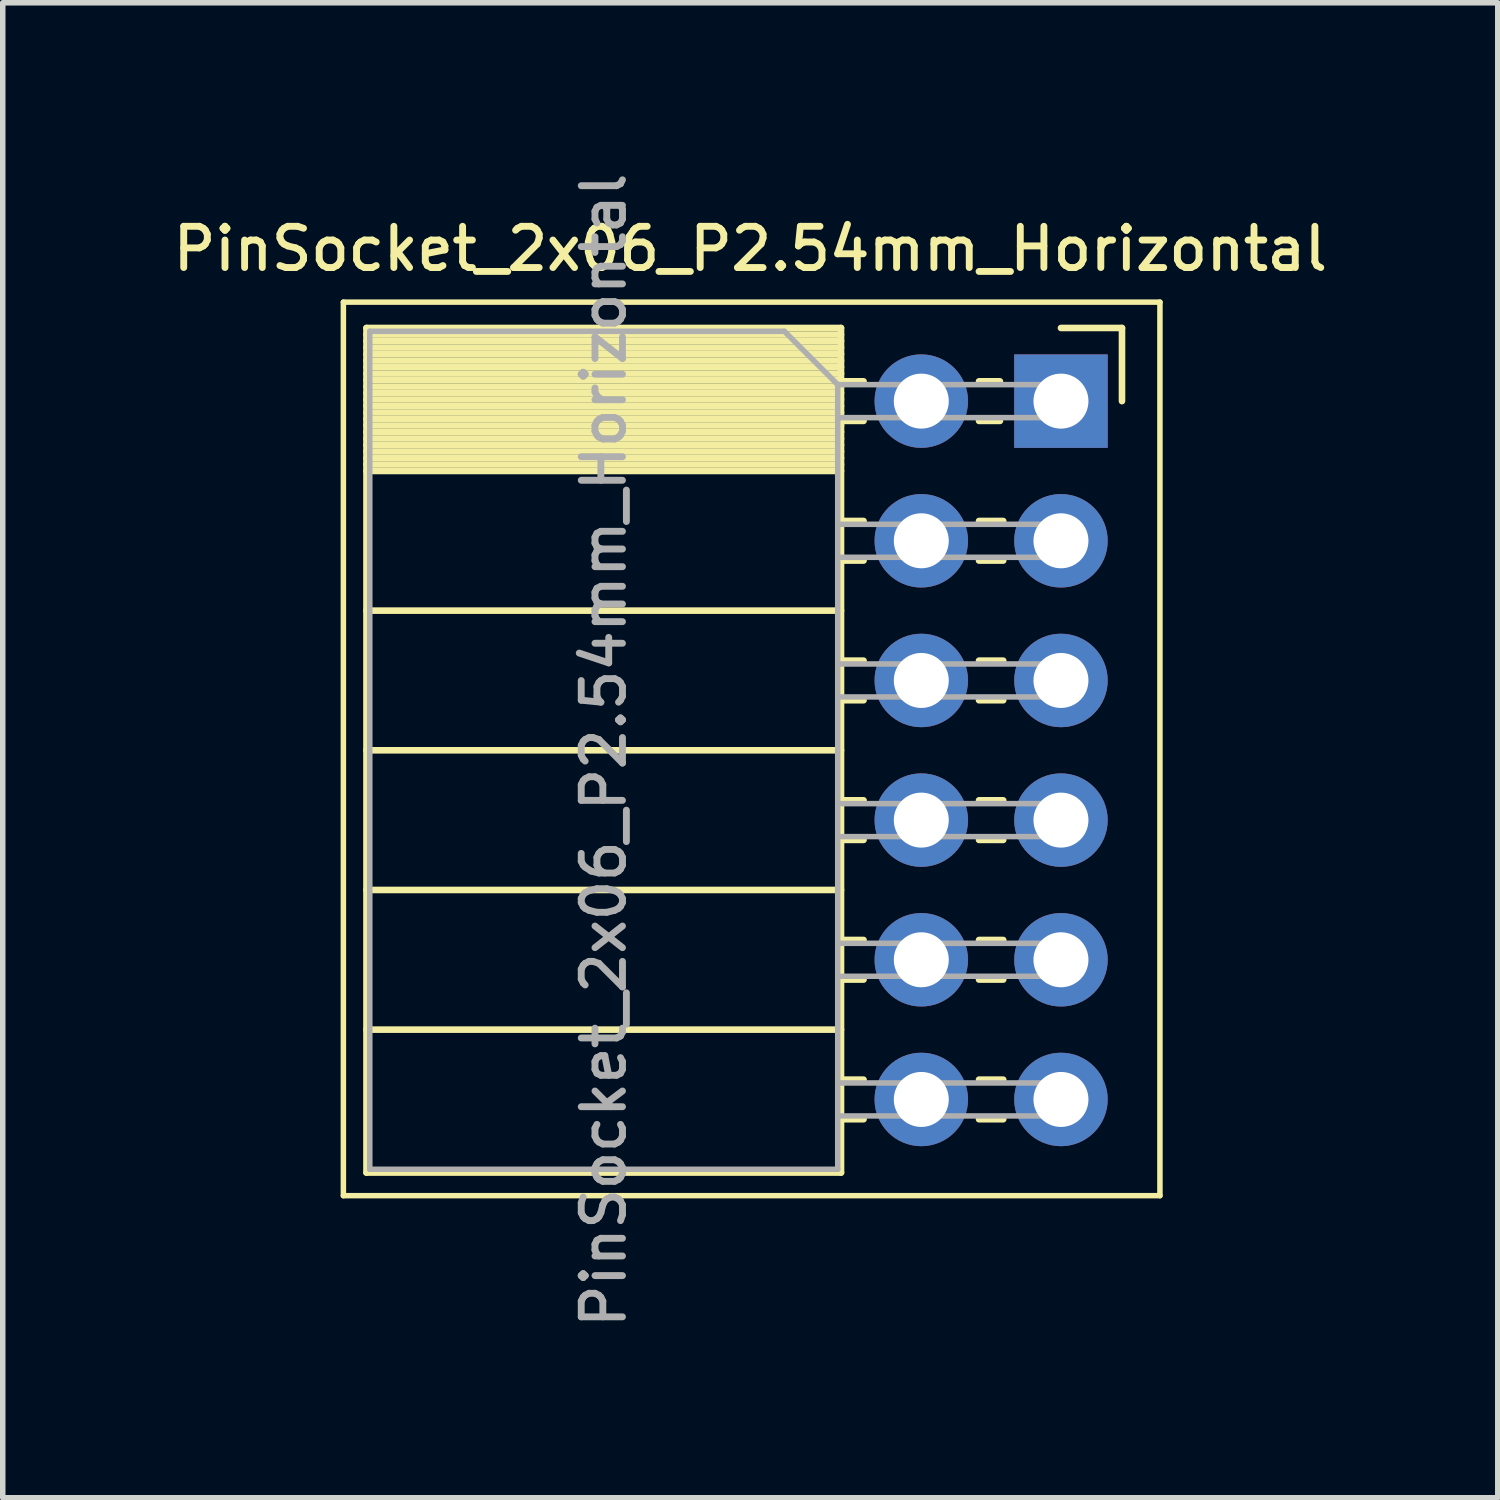
<source format=kicad_pcb>
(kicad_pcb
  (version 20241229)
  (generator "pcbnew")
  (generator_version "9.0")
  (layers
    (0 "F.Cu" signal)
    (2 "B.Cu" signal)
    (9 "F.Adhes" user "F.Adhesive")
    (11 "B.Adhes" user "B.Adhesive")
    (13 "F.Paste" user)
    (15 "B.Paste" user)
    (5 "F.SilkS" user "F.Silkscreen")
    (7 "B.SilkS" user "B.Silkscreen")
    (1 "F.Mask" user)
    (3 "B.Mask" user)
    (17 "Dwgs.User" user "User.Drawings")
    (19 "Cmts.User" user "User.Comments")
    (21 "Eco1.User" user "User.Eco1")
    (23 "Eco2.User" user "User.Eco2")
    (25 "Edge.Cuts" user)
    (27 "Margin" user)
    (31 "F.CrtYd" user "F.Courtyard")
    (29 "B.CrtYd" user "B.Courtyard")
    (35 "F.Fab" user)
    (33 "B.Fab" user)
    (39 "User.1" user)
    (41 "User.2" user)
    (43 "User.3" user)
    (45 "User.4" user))
  (footprint "PinSocket_2x06_P2.54mm_Horizontal"
    (layer "F.Cu")
    (at 16.245 4.245)
    (property "Reference" "PinSocket_2x06_P2.54mm_Horizontal" (at -5.65 -2.77 0) (layer "F.SilkS") (effects (font (size 0.75 0.75) (thickness 0.125))))
    (attr through_hole)
    (fp_line (start -13.05 -1.8) (end -13.05 14.45) (stroke (width 0.1) (type solid)) (layer "F.SilkS"))
    (fp_line (start -13.05 14.45) (end 1.8 14.45) (stroke (width 0.1) (type solid)) (layer "F.SilkS"))
    (fp_line (start -12.63 -1.33) (end -12.63 14.03) (stroke (width 0.12) (type solid)) (layer "F.SilkS"))
    (fp_line (start -12.63 -1.33) (end -4 -1.33) (stroke (width 0.12) (type solid)) (layer "F.SilkS"))
    (fp_line (start -12.63 -1.21) (end -4 -1.21) (stroke (width 0.12) (type solid)) (layer "F.SilkS"))
    (fp_line (start -12.63 -1.092) (end -4 -1.092) (stroke (width 0.12) (type solid)) (layer "F.SilkS"))
    (fp_line (start -12.63 -0.974) (end -4 -0.974) (stroke (width 0.12) (type solid)) (layer "F.SilkS"))
    (fp_line (start -12.63 -0.856) (end -4 -0.856) (stroke (width 0.12) (type solid)) (layer "F.SilkS"))
    (fp_line (start -12.63 -0.738) (end -4 -0.738) (stroke (width 0.12) (type solid)) (layer "F.SilkS"))
    (fp_line (start -12.63 -0.62) (end -4 -0.62) (stroke (width 0.12) (type solid)) (layer "F.SilkS"))
    (fp_line (start -12.63 -0.501) (end -4 -0.501) (stroke (width 0.12) (type solid)) (layer "F.SilkS"))
    (fp_line (start -12.63 -0.383) (end -4 -0.383) (stroke (width 0.12) (type solid)) (layer "F.SilkS"))
    (fp_line (start -12.63 -0.265) (end -4 -0.265) (stroke (width 0.12) (type solid)) (layer "F.SilkS"))
    (fp_line (start -12.63 -0.147) (end -4 -0.147) (stroke (width 0.12) (type solid)) (layer "F.SilkS"))
    (fp_line (start -12.63 -0.029) (end -4 -0.029) (stroke (width 0.12) (type solid)) (layer "F.SilkS"))
    (fp_line (start -12.63 0.089) (end -4 0.089) (stroke (width 0.12) (type solid)) (layer "F.SilkS"))
    (fp_line (start -12.63 0.207) (end -4 0.207) (stroke (width 0.12) (type solid)) (layer "F.SilkS"))
    (fp_line (start -12.63 0.325) (end -4 0.325) (stroke (width 0.12) (type solid)) (layer "F.SilkS"))
    (fp_line (start -12.63 0.443) (end -4 0.443) (stroke (width 0.12) (type solid)) (layer "F.SilkS"))
    (fp_line (start -12.63 0.561) (end -4 0.561) (stroke (width 0.12) (type solid)) (layer "F.SilkS"))
    (fp_line (start -12.63 0.68) (end -4 0.68) (stroke (width 0.12) (type solid)) (layer "F.SilkS"))
    (fp_line (start -12.63 0.798) (end -4 0.798) (stroke (width 0.12) (type solid)) (layer "F.SilkS"))
    (fp_line (start -12.63 0.916) (end -4 0.916) (stroke (width 0.12) (type solid)) (layer "F.SilkS"))
    (fp_line (start -12.63 1.034) (end -4 1.034) (stroke (width 0.12) (type solid)) (layer "F.SilkS"))
    (fp_line (start -12.63 1.152) (end -4 1.152) (stroke (width 0.12) (type solid)) (layer "F.SilkS"))
    (fp_line (start -12.63 1.27) (end -4 1.27) (stroke (width 0.12) (type solid)) (layer "F.SilkS"))
    (fp_line (start -12.63 3.81) (end -4 3.81) (stroke (width 0.12) (type solid)) (layer "F.SilkS"))
    (fp_line (start -12.63 6.35) (end -4 6.35) (stroke (width 0.12) (type solid)) (layer "F.SilkS"))
    (fp_line (start -12.63 8.89) (end -4 8.89) (stroke (width 0.12) (type solid)) (layer "F.SilkS"))
    (fp_line (start -12.63 11.43) (end -4 11.43) (stroke (width 0.12) (type solid)) (layer "F.SilkS"))
    (fp_line (start -12.63 14.03) (end -4 14.03) (stroke (width 0.12) (type solid)) (layer "F.SilkS"))
    (fp_line (start -4 -1.33) (end -4 14.03) (stroke (width 0.12) (type solid)) (layer "F.SilkS"))
    (fp_line (start -4 -0.36) (end -3.59 -0.36) (stroke (width 0.12) (type solid)) (layer "F.SilkS"))
    (fp_line (start -4 0.36) (end -3.59 0.36) (stroke (width 0.12) (type solid)) (layer "F.SilkS"))
    (fp_line (start -4 2.18) (end -3.59 2.18) (stroke (width 0.12) (type solid)) (layer "F.SilkS"))
    (fp_line (start -4 2.9) (end -3.59 2.9) (stroke (width 0.12) (type solid)) (layer "F.SilkS"))
    (fp_line (start -4 4.72) (end -3.59 4.72) (stroke (width 0.12) (type solid)) (layer "F.SilkS"))
    (fp_line (start -4 5.44) (end -3.59 5.44) (stroke (width 0.12) (type solid)) (layer "F.SilkS"))
    (fp_line (start -4 7.26) (end -3.59 7.26) (stroke (width 0.12) (type solid)) (layer "F.SilkS"))
    (fp_line (start -4 7.98) (end -3.59 7.98) (stroke (width 0.12) (type solid)) (layer "F.SilkS"))
    (fp_line (start -4 9.8) (end -3.59 9.8) (stroke (width 0.12) (type solid)) (layer "F.SilkS"))
    (fp_line (start -4 10.52) (end -3.59 10.52) (stroke (width 0.12) (type solid)) (layer "F.SilkS"))
    (fp_line (start -4 12.34) (end -3.59 12.34) (stroke (width 0.12) (type solid)) (layer "F.SilkS"))
    (fp_line (start -4 13.06) (end -3.59 13.06) (stroke (width 0.12) (type solid)) (layer "F.SilkS"))
    (fp_line (start -1.49 -0.36) (end -1.11 -0.36) (stroke (width 0.12) (type solid)) (layer "F.SilkS"))
    (fp_line (start -1.49 0.36) (end -1.11 0.36) (stroke (width 0.12) (type solid)) (layer "F.SilkS"))
    (fp_line (start -1.49 2.18) (end -1.05 2.18) (stroke (width 0.12) (type solid)) (layer "F.SilkS"))
    (fp_line (start -1.49 2.9) (end -1.05 2.9) (stroke (width 0.12) (type solid)) (layer "F.SilkS"))
    (fp_line (start -1.49 4.72) (end -1.05 4.72) (stroke (width 0.12) (type solid)) (layer "F.SilkS"))
    (fp_line (start -1.49 5.44) (end -1.05 5.44) (stroke (width 0.12) (type solid)) (layer "F.SilkS"))
    (fp_line (start -1.49 7.26) (end -1.05 7.26) (stroke (width 0.12) (type solid)) (layer "F.SilkS"))
    (fp_line (start -1.49 7.98) (end -1.05 7.98) (stroke (width 0.12) (type solid)) (layer "F.SilkS"))
    (fp_line (start -1.49 9.8) (end -1.05 9.8) (stroke (width 0.12) (type solid)) (layer "F.SilkS"))
    (fp_line (start -1.49 10.52) (end -1.05 10.52) (stroke (width 0.12) (type solid)) (layer "F.SilkS"))
    (fp_line (start -1.49 12.34) (end -1.05 12.34) (stroke (width 0.12) (type solid)) (layer "F.SilkS"))
    (fp_line (start -1.49 13.06) (end -1.05 13.06) (stroke (width 0.12) (type solid)) (layer "F.SilkS"))
    (fp_line (start 0 -1.33) (end 1.11 -1.33) (stroke (width 0.12) (type solid)) (layer "F.SilkS"))
    (fp_line (start 1.11 -1.33) (end 1.11 0) (stroke (width 0.12) (type solid)) (layer "F.SilkS"))
    (fp_line (start 1.8 -1.8) (end -13.05 -1.8) (stroke (width 0.1) (type solid)) (layer "F.SilkS"))
    (fp_line (start 1.8 14.45) (end 1.8 -1.8) (stroke (width 0.1) (type solid)) (layer "F.SilkS"))
    (fp_line (start -12.57 -1.27) (end -5.03 -1.27) (stroke (width 0.1) (type solid)) (layer "F.Fab"))
    (fp_line (start -12.57 13.97) (end -12.57 -1.27) (stroke (width 0.1) (type solid)) (layer "F.Fab"))
    (fp_line (start -5.03 -1.27) (end -4.06 -0.3) (stroke (width 0.1) (type solid)) (layer "F.Fab"))
    (fp_line (start -4.06 -0.3) (end -4.06 13.97) (stroke (width 0.1) (type solid)) (layer "F.Fab"))
    (fp_line (start -4.06 0.3) (end 0 0.3) (stroke (width 0.1) (type solid)) (layer "F.Fab"))
    (fp_line (start -4.06 2.84) (end 0 2.84) (stroke (width 0.1) (type solid)) (layer "F.Fab"))
    (fp_line (start -4.06 5.38) (end 0 5.38) (stroke (width 0.1) (type solid)) (layer "F.Fab"))
    (fp_line (start -4.06 7.92) (end 0 7.92) (stroke (width 0.1) (type solid)) (layer "F.Fab"))
    (fp_line (start -4.06 10.46) (end 0 10.46) (stroke (width 0.1) (type solid)) (layer "F.Fab"))
    (fp_line (start -4.06 13) (end 0 13) (stroke (width 0.1) (type solid)) (layer "F.Fab"))
    (fp_line (start -4.06 13.97) (end -12.57 13.97) (stroke (width 0.1) (type solid)) (layer "F.Fab"))
    (fp_line (start 0 -0.3) (end -4.06 -0.3) (stroke (width 0.1) (type solid)) (layer "F.Fab"))
    (fp_line (start 0 0.3) (end 0 -0.3) (stroke (width 0.1) (type solid)) (layer "F.Fab"))
    (fp_line (start 0 2.24) (end -4.06 2.24) (stroke (width 0.1) (type solid)) (layer "F.Fab"))
    (fp_line (start 0 2.84) (end 0 2.24) (stroke (width 0.1) (type solid)) (layer "F.Fab"))
    (fp_line (start 0 4.78) (end -4.06 4.78) (stroke (width 0.1) (type solid)) (layer "F.Fab"))
    (fp_line (start 0 5.38) (end 0 4.78) (stroke (width 0.1) (type solid)) (layer "F.Fab"))
    (fp_line (start 0 7.32) (end -4.06 7.32) (stroke (width 0.1) (type solid)) (layer "F.Fab"))
    (fp_line (start 0 7.92) (end 0 7.32) (stroke (width 0.1) (type solid)) (layer "F.Fab"))
    (fp_line (start 0 9.86) (end -4.06 9.86) (stroke (width 0.1) (type solid)) (layer "F.Fab"))
    (fp_line (start 0 10.46) (end 0 9.86) (stroke (width 0.1) (type solid)) (layer "F.Fab"))
    (fp_line (start 0 12.4) (end -4.06 12.4) (stroke (width 0.1) (type solid)) (layer "F.Fab"))
    (fp_line (start 0 13) (end 0 12.4) (stroke (width 0.1) (type solid)) (layer "F.Fab"))
    (fp_text user "${REFERENCE}" (at -8.315 6.35 90) (layer "F.Fab") (effects (font (size 0.75 0.75) (thickness 0.125))))
    (pad "1" thru_hole rect (at 0 0) (size 1.7 1.7) (drill 1) (layers "*.Cu" "*.Mask"))
    (pad "2" thru_hole oval (at -2.54 0) (size 1.7 1.7) (drill 1) (layers "*.Cu" "*.Mask"))
    (pad "3" thru_hole oval (at 0 2.54) (size 1.7 1.7) (drill 1) (layers "*.Cu" "*.Mask"))
    (pad "4" thru_hole oval (at -2.54 2.54) (size 1.7 1.7) (drill 1) (layers "*.Cu" "*.Mask"))
    (pad "5" thru_hole oval (at 0 5.08) (size 1.7 1.7) (drill 1) (layers "*.Cu" "*.Mask"))
    (pad "6" thru_hole oval (at -2.54 5.08) (size 1.7 1.7) (drill 1) (layers "*.Cu" "*.Mask"))
    (pad "7" thru_hole oval (at 0 7.62) (size 1.7 1.7) (drill 1) (layers "*.Cu" "*.Mask"))
    (pad "8" thru_hole oval (at -2.54 7.62) (size 1.7 1.7) (drill 1) (layers "*.Cu" "*.Mask"))
    (pad "9" thru_hole oval (at 0 10.16) (size 1.7 1.7) (drill 1) (layers "*.Cu" "*.Mask"))
    (pad "10" thru_hole oval (at -2.54 10.16) (size 1.7 1.7) (drill 1) (layers "*.Cu" "*.Mask"))
    (pad "11" thru_hole oval (at 0 12.7) (size 1.7 1.7) (drill 1) (layers "*.Cu" "*.Mask"))
    (pad "12" thru_hole oval (at -2.54 12.7) (size 1.7 1.7) (drill 1) (layers "*.Cu" "*.Mask")))
  (gr_rect
    (start -3 -3)
    (end 24.189 24.189)
    (stroke (width 0.1) (type default))
    (fill no)
    (layer "Edge.Cuts")))
</source>
